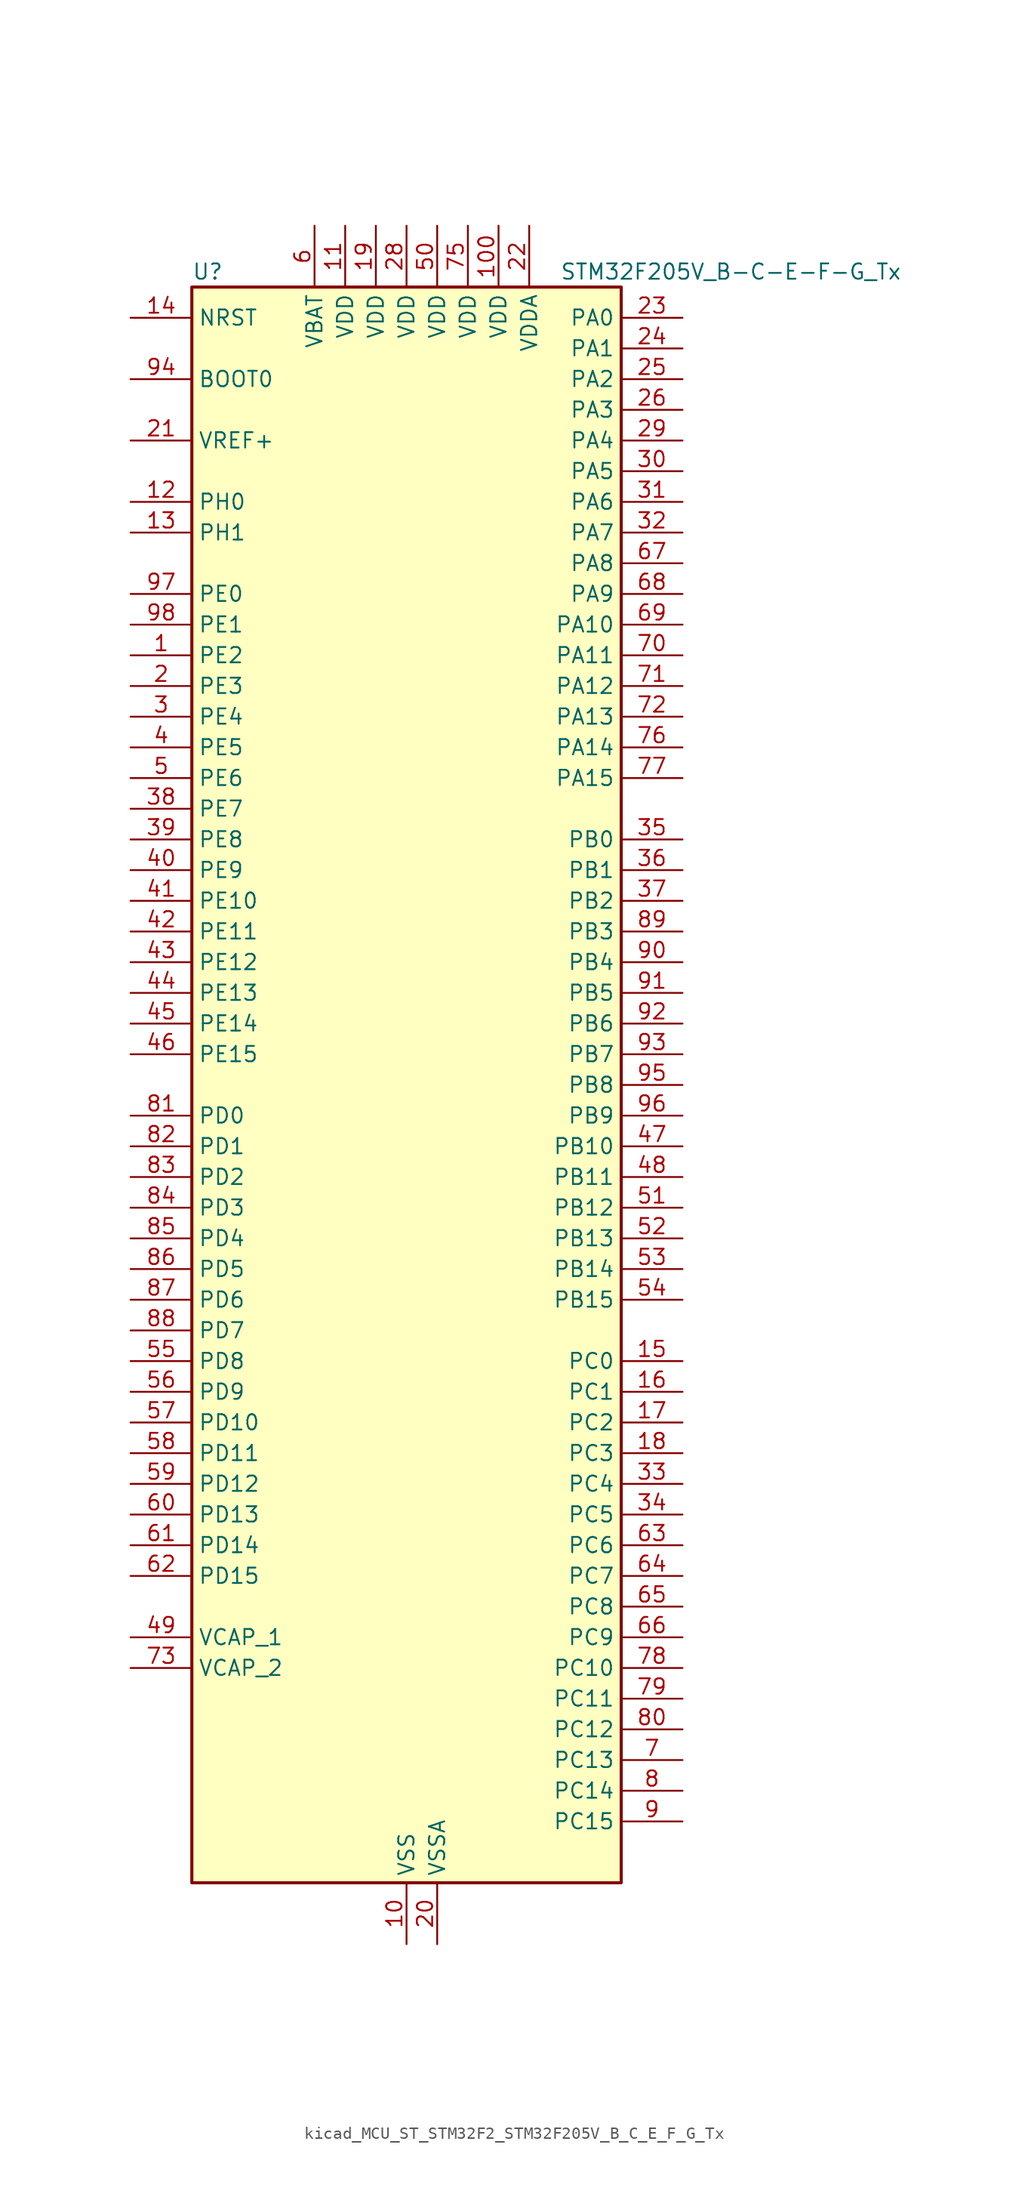
<source format=kicad_sym>
(kicad_symbol_lib
  (version 20220914)
  (generator kicad_symbol_editor)
  (symbol "kicad_MCU_ST_STM32F2_STM32F205V_B_C_E_F_G_Tx"
    (property "Reference" "U"
      (at -17.78 67.31 0)
      (effects (font (size 1.27 1.27)) (justify left)))
    (property "Value" "STM32F205V_B-C-E-F-G_Tx"
      (at 12.7 67.31 0)
      (effects (font (size 1.27 1.27)) (justify left)))
    (property "ki_locked" ""
      (at 0 0 0)
      (effects (font (size 1.27 1.27))))
    (symbol "kicad_MCU_ST_STM32F2_STM32F205V_B_C_E_F_G_Tx_0_1"
      (rectangle (start -17.78 -66.04) (end 17.78 66.04) (stroke (width 0.254) (type default)) (fill (type background))))
    (symbol "kicad_MCU_ST_STM32F2_STM32F205V_B_C_E_F_G_Tx_1_1"
      (pin bidirectional line (at -22.86 35.56 0) (length 5.08) (name "PE2" (effects (font (size 1.27 1.27)))) (number "1" (effects (font (size 1.27 1.27)))) (alternate "FSMC_A23" bidirectional line) (alternate "SYS_TRACECLK" bidirectional line))
      (pin power_in line (at 0 -71.12 90) (length 5.08) (name "VSS" (effects (font (size 1.27 1.27)))) (number "10" (effects (font (size 1.27 1.27)))))
      (pin power_in line (at 7.62 71.12 270) (length 5.08) (name "VDD" (effects (font (size 1.27 1.27)))) (number "100" (effects (font (size 1.27 1.27)))))
      (pin power_in line (at -5.08 71.12 270) (length 5.08) (name "VDD" (effects (font (size 1.27 1.27)))) (number "11" (effects (font (size 1.27 1.27)))))
      (pin bidirectional line (at -22.86 48.26 0) (length 5.08) (name "PH0" (effects (font (size 1.27 1.27)))) (number "12" (effects (font (size 1.27 1.27)))) (alternate "RCC_OSC_IN" bidirectional line))
      (pin bidirectional line (at -22.86 45.72 0) (length 5.08) (name "PH1" (effects (font (size 1.27 1.27)))) (number "13" (effects (font (size 1.27 1.27)))) (alternate "RCC_OSC_OUT" bidirectional line))
      (pin input line (at -22.86 63.5 0) (length 5.08) (name "NRST" (effects (font (size 1.27 1.27)))) (number "14" (effects (font (size 1.27 1.27)))))
      (pin bidirectional line (at 22.86 -22.86 180) (length 5.08) (name "PC0" (effects (font (size 1.27 1.27)))) (number "15" (effects (font (size 1.27 1.27)))) (alternate "ADC1_IN10" bidirectional line) (alternate "ADC2_IN10" bidirectional line) (alternate "ADC3_IN10" bidirectional line) (alternate "USB_OTG_HS_ULPI_STP" bidirectional line))
      (pin bidirectional line (at 22.86 -25.4 180) (length 5.08) (name "PC1" (effects (font (size 1.27 1.27)))) (number "16" (effects (font (size 1.27 1.27)))) (alternate "ADC1_IN11" bidirectional line) (alternate "ADC2_IN11" bidirectional line) (alternate "ADC3_IN11" bidirectional line))
      (pin bidirectional line (at 22.86 -27.94 180) (length 5.08) (name "PC2" (effects (font (size 1.27 1.27)))) (number "17" (effects (font (size 1.27 1.27)))) (alternate "ADC1_IN12" bidirectional line) (alternate "ADC2_IN12" bidirectional line) (alternate "ADC3_IN12" bidirectional line) (alternate "SPI2_MISO" bidirectional line) (alternate "USB_OTG_HS_ULPI_DIR" bidirectional line))
      (pin bidirectional line (at 22.86 -30.48 180) (length 5.08) (name "PC3" (effects (font (size 1.27 1.27)))) (number "18" (effects (font (size 1.27 1.27)))) (alternate "ADC1_IN13" bidirectional line) (alternate "ADC2_IN13" bidirectional line) (alternate "ADC3_IN13" bidirectional line) (alternate "I2S2_SD" bidirectional line) (alternate "SPI2_MOSI" bidirectional line) (alternate "USB_OTG_HS_ULPI_NXT" bidirectional line))
      (pin power_in line (at -2.54 71.12 270) (length 5.08) (name "VDD" (effects (font (size 1.27 1.27)))) (number "19" (effects (font (size 1.27 1.27)))))
      (pin bidirectional line (at -22.86 33.02 0) (length 5.08) (name "PE3" (effects (font (size 1.27 1.27)))) (number "2" (effects (font (size 1.27 1.27)))) (alternate "FSMC_A19" bidirectional line) (alternate "SYS_TRACED0" bidirectional line))
      (pin power_in line (at 2.54 -71.12 90) (length 5.08) (name "VSSA" (effects (font (size 1.27 1.27)))) (number "20" (effects (font (size 1.27 1.27)))))
      (pin input line (at -22.86 53.34 0) (length 5.08) (name "VREF+" (effects (font (size 1.27 1.27)))) (number "21" (effects (font (size 1.27 1.27)))))
      (pin power_in line (at 10.16 71.12 270) (length 5.08) (name "VDDA" (effects (font (size 1.27 1.27)))) (number "22" (effects (font (size 1.27 1.27)))))
      (pin bidirectional line (at 22.86 63.5 180) (length 5.08) (name "PA0" (effects (font (size 1.27 1.27)))) (number "23" (effects (font (size 1.27 1.27)))) (alternate "ADC1_IN0" bidirectional line) (alternate "ADC2_IN0" bidirectional line) (alternate "ADC3_IN0" bidirectional line) (alternate "SYS_WKUP" bidirectional line) (alternate "TIM2_CH1" bidirectional line) (alternate "TIM2_ETR" bidirectional line) (alternate "TIM5_CH1" bidirectional line) (alternate "TIM8_ETR" bidirectional line) (alternate "UART4_TX" bidirectional line) (alternate "USART2_CTS" bidirectional line))
      (pin bidirectional line (at 22.86 60.96 180) (length 5.08) (name "PA1" (effects (font (size 1.27 1.27)))) (number "24" (effects (font (size 1.27 1.27)))) (alternate "ADC1_IN1" bidirectional line) (alternate "ADC2_IN1" bidirectional line) (alternate "ADC3_IN1" bidirectional line) (alternate "TIM2_CH2" bidirectional line) (alternate "TIM5_CH2" bidirectional line) (alternate "UART4_RX" bidirectional line) (alternate "USART2_RTS" bidirectional line))
      (pin bidirectional line (at 22.86 58.42 180) (length 5.08) (name "PA2" (effects (font (size 1.27 1.27)))) (number "25" (effects (font (size 1.27 1.27)))) (alternate "ADC1_IN2" bidirectional line) (alternate "ADC2_IN2" bidirectional line) (alternate "ADC3_IN2" bidirectional line) (alternate "TIM2_CH3" bidirectional line) (alternate "TIM5_CH3" bidirectional line) (alternate "TIM9_CH1" bidirectional line) (alternate "USART2_TX" bidirectional line))
      (pin bidirectional line (at 22.86 55.88 180) (length 5.08) (name "PA3" (effects (font (size 1.27 1.27)))) (number "26" (effects (font (size 1.27 1.27)))) (alternate "ADC1_IN3" bidirectional line) (alternate "ADC2_IN3" bidirectional line) (alternate "ADC3_IN3" bidirectional line) (alternate "TIM2_CH4" bidirectional line) (alternate "TIM5_CH4" bidirectional line) (alternate "TIM9_CH2" bidirectional line) (alternate "USART2_RX" bidirectional line) (alternate "USB_OTG_HS_ULPI_D0" bidirectional line))
      (pin passive line (at 0 -71.12 90) (length 5.08) hide (name "VSS" (effects (font (size 1.27 1.27)))) (number "27" (effects (font (size 1.27 1.27)))))
      (pin power_in line (at 0 71.12 270) (length 5.08) (name "VDD" (effects (font (size 1.27 1.27)))) (number "28" (effects (font (size 1.27 1.27)))))
      (pin bidirectional line (at 22.86 53.34 180) (length 5.08) (name "PA4" (effects (font (size 1.27 1.27)))) (number "29" (effects (font (size 1.27 1.27)))) (alternate "ADC1_IN4" bidirectional line) (alternate "ADC2_IN4" bidirectional line) (alternate "DAC_OUT1" bidirectional line) (alternate "I2S3_WS" bidirectional line) (alternate "SPI1_NSS" bidirectional line) (alternate "SPI3_NSS" bidirectional line) (alternate "USART2_CK" bidirectional line) (alternate "USB_OTG_HS_SOF" bidirectional line))
      (pin bidirectional line (at -22.86 30.48 0) (length 5.08) (name "PE4" (effects (font (size 1.27 1.27)))) (number "3" (effects (font (size 1.27 1.27)))) (alternate "FSMC_A20" bidirectional line) (alternate "SYS_TRACED1" bidirectional line))
      (pin bidirectional line (at 22.86 50.8 180) (length 5.08) (name "PA5" (effects (font (size 1.27 1.27)))) (number "30" (effects (font (size 1.27 1.27)))) (alternate "ADC1_IN5" bidirectional line) (alternate "ADC2_IN5" bidirectional line) (alternate "DAC_OUT2" bidirectional line) (alternate "SPI1_SCK" bidirectional line) (alternate "TIM2_CH1" bidirectional line) (alternate "TIM2_ETR" bidirectional line) (alternate "TIM8_CH1N" bidirectional line) (alternate "USB_OTG_HS_ULPI_CK" bidirectional line))
      (pin bidirectional line (at 22.86 48.26 180) (length 5.08) (name "PA6" (effects (font (size 1.27 1.27)))) (number "31" (effects (font (size 1.27 1.27)))) (alternate "ADC1_IN6" bidirectional line) (alternate "ADC2_IN6" bidirectional line) (alternate "SPI1_MISO" bidirectional line) (alternate "TIM13_CH1" bidirectional line) (alternate "TIM1_BKIN" bidirectional line) (alternate "TIM3_CH1" bidirectional line) (alternate "TIM8_BKIN" bidirectional line))
      (pin bidirectional line (at 22.86 45.72 180) (length 5.08) (name "PA7" (effects (font (size 1.27 1.27)))) (number "32" (effects (font (size 1.27 1.27)))) (alternate "ADC1_IN7" bidirectional line) (alternate "ADC2_IN7" bidirectional line) (alternate "SPI1_MOSI" bidirectional line) (alternate "TIM14_CH1" bidirectional line) (alternate "TIM1_CH1N" bidirectional line) (alternate "TIM3_CH2" bidirectional line) (alternate "TIM8_CH1N" bidirectional line))
      (pin bidirectional line (at 22.86 -33.02 180) (length 5.08) (name "PC4" (effects (font (size 1.27 1.27)))) (number "33" (effects (font (size 1.27 1.27)))) (alternate "ADC1_IN14" bidirectional line) (alternate "ADC2_IN14" bidirectional line))
      (pin bidirectional line (at 22.86 -35.56 180) (length 5.08) (name "PC5" (effects (font (size 1.27 1.27)))) (number "34" (effects (font (size 1.27 1.27)))) (alternate "ADC1_IN15" bidirectional line) (alternate "ADC2_IN15" bidirectional line))
      (pin bidirectional line (at 22.86 20.32 180) (length 5.08) (name "PB0" (effects (font (size 1.27 1.27)))) (number "35" (effects (font (size 1.27 1.27)))) (alternate "ADC1_IN8" bidirectional line) (alternate "ADC2_IN8" bidirectional line) (alternate "TIM1_CH2N" bidirectional line) (alternate "TIM3_CH3" bidirectional line) (alternate "TIM8_CH2N" bidirectional line) (alternate "USB_OTG_HS_ULPI_D1" bidirectional line))
      (pin bidirectional line (at 22.86 17.78 180) (length 5.08) (name "PB1" (effects (font (size 1.27 1.27)))) (number "36" (effects (font (size 1.27 1.27)))) (alternate "ADC1_IN9" bidirectional line) (alternate "ADC2_IN9" bidirectional line) (alternate "TIM1_CH3N" bidirectional line) (alternate "TIM3_CH4" bidirectional line) (alternate "TIM8_CH3N" bidirectional line) (alternate "USB_OTG_HS_ULPI_D2" bidirectional line))
      (pin bidirectional line (at 22.86 15.24 180) (length 5.08) (name "PB2" (effects (font (size 1.27 1.27)))) (number "37" (effects (font (size 1.27 1.27)))))
      (pin bidirectional line (at -22.86 22.86 0) (length 5.08) (name "PE7" (effects (font (size 1.27 1.27)))) (number "38" (effects (font (size 1.27 1.27)))) (alternate "FSMC_D4" bidirectional line) (alternate "FSMC_DA4" bidirectional line) (alternate "TIM1_ETR" bidirectional line))
      (pin bidirectional line (at -22.86 20.32 0) (length 5.08) (name "PE8" (effects (font (size 1.27 1.27)))) (number "39" (effects (font (size 1.27 1.27)))) (alternate "FSMC_D5" bidirectional line) (alternate "FSMC_DA5" bidirectional line) (alternate "TIM1_CH1N" bidirectional line))
      (pin bidirectional line (at -22.86 27.94 0) (length 5.08) (name "PE5" (effects (font (size 1.27 1.27)))) (number "4" (effects (font (size 1.27 1.27)))) (alternate "FSMC_A21" bidirectional line) (alternate "SYS_TRACED2" bidirectional line) (alternate "TIM9_CH1" bidirectional line))
      (pin bidirectional line (at -22.86 17.78 0) (length 5.08) (name "PE9" (effects (font (size 1.27 1.27)))) (number "40" (effects (font (size 1.27 1.27)))) (alternate "DAC_EXTI9" bidirectional line) (alternate "FSMC_D6" bidirectional line) (alternate "FSMC_DA6" bidirectional line) (alternate "TIM1_CH1" bidirectional line))
      (pin bidirectional line (at -22.86 15.24 0) (length 5.08) (name "PE10" (effects (font (size 1.27 1.27)))) (number "41" (effects (font (size 1.27 1.27)))) (alternate "FSMC_D7" bidirectional line) (alternate "FSMC_DA7" bidirectional line) (alternate "TIM1_CH2N" bidirectional line))
      (pin bidirectional line (at -22.86 12.7 0) (length 5.08) (name "PE11" (effects (font (size 1.27 1.27)))) (number "42" (effects (font (size 1.27 1.27)))) (alternate "ADC1_EXTI11" bidirectional line) (alternate "ADC2_EXTI11" bidirectional line) (alternate "ADC3_EXTI11" bidirectional line) (alternate "FSMC_D8" bidirectional line) (alternate "FSMC_DA8" bidirectional line) (alternate "TIM1_CH2" bidirectional line))
      (pin bidirectional line (at -22.86 10.16 0) (length 5.08) (name "PE12" (effects (font (size 1.27 1.27)))) (number "43" (effects (font (size 1.27 1.27)))) (alternate "FSMC_D9" bidirectional line) (alternate "FSMC_DA9" bidirectional line) (alternate "TIM1_CH3N" bidirectional line))
      (pin bidirectional line (at -22.86 7.62 0) (length 5.08) (name "PE13" (effects (font (size 1.27 1.27)))) (number "44" (effects (font (size 1.27 1.27)))) (alternate "FSMC_D10" bidirectional line) (alternate "FSMC_DA10" bidirectional line) (alternate "TIM1_CH3" bidirectional line))
      (pin bidirectional line (at -22.86 5.08 0) (length 5.08) (name "PE14" (effects (font (size 1.27 1.27)))) (number "45" (effects (font (size 1.27 1.27)))) (alternate "FSMC_D11" bidirectional line) (alternate "FSMC_DA11" bidirectional line) (alternate "TIM1_CH4" bidirectional line))
      (pin bidirectional line (at -22.86 2.54 0) (length 5.08) (name "PE15" (effects (font (size 1.27 1.27)))) (number "46" (effects (font (size 1.27 1.27)))) (alternate "ADC1_EXTI15" bidirectional line) (alternate "ADC2_EXTI15" bidirectional line) (alternate "ADC3_EXTI15" bidirectional line) (alternate "FSMC_D12" bidirectional line) (alternate "FSMC_DA12" bidirectional line) (alternate "TIM1_BKIN" bidirectional line))
      (pin bidirectional line (at 22.86 -5.08 180) (length 5.08) (name "PB10" (effects (font (size 1.27 1.27)))) (number "47" (effects (font (size 1.27 1.27)))) (alternate "I2C2_SCL" bidirectional line) (alternate "I2S2_SCK" bidirectional line) (alternate "SPI2_SCK" bidirectional line) (alternate "TIM2_CH3" bidirectional line) (alternate "USART3_TX" bidirectional line) (alternate "USB_OTG_HS_ULPI_D3" bidirectional line))
      (pin bidirectional line (at 22.86 -7.62 180) (length 5.08) (name "PB11" (effects (font (size 1.27 1.27)))) (number "48" (effects (font (size 1.27 1.27)))) (alternate "ADC1_EXTI11" bidirectional line) (alternate "ADC2_EXTI11" bidirectional line) (alternate "ADC3_EXTI11" bidirectional line) (alternate "I2C2_SDA" bidirectional line) (alternate "TIM2_CH4" bidirectional line) (alternate "USART3_RX" bidirectional line) (alternate "USB_OTG_HS_ULPI_D4" bidirectional line))
      (pin power_out line (at -22.86 -45.72 0) (length 5.08) (name "VCAP_1" (effects (font (size 1.27 1.27)))) (number "49" (effects (font (size 1.27 1.27)))))
      (pin bidirectional line (at -22.86 25.4 0) (length 5.08) (name "PE6" (effects (font (size 1.27 1.27)))) (number "5" (effects (font (size 1.27 1.27)))) (alternate "FSMC_A22" bidirectional line) (alternate "SYS_TRACED3" bidirectional line) (alternate "TIM9_CH2" bidirectional line))
      (pin power_in line (at 2.54 71.12 270) (length 5.08) (name "VDD" (effects (font (size 1.27 1.27)))) (number "50" (effects (font (size 1.27 1.27)))))
      (pin bidirectional line (at 22.86 -10.16 180) (length 5.08) (name "PB12" (effects (font (size 1.27 1.27)))) (number "51" (effects (font (size 1.27 1.27)))) (alternate "CAN2_RX" bidirectional line) (alternate "I2C2_SMBA" bidirectional line) (alternate "I2S2_WS" bidirectional line) (alternate "SPI2_NSS" bidirectional line) (alternate "TIM1_BKIN" bidirectional line) (alternate "USART3_CK" bidirectional line) (alternate "USB_OTG_HS_ID" bidirectional line) (alternate "USB_OTG_HS_ULPI_D5" bidirectional line))
      (pin bidirectional line (at 22.86 -12.7 180) (length 5.08) (name "PB13" (effects (font (size 1.27 1.27)))) (number "52" (effects (font (size 1.27 1.27)))) (alternate "CAN2_TX" bidirectional line) (alternate "I2S2_SCK" bidirectional line) (alternate "SPI2_SCK" bidirectional line) (alternate "TIM1_CH1N" bidirectional line) (alternate "USART3_CTS" bidirectional line) (alternate "USB_OTG_HS_ULPI_D6" bidirectional line) (alternate "USB_OTG_HS_VBUS" bidirectional line))
      (pin bidirectional line (at 22.86 -15.24 180) (length 5.08) (name "PB14" (effects (font (size 1.27 1.27)))) (number "53" (effects (font (size 1.27 1.27)))) (alternate "SPI2_MISO" bidirectional line) (alternate "TIM12_CH1" bidirectional line) (alternate "TIM1_CH2N" bidirectional line) (alternate "TIM8_CH2N" bidirectional line) (alternate "USART3_RTS" bidirectional line) (alternate "USB_OTG_HS_DM" bidirectional line))
      (pin bidirectional line (at 22.86 -17.78 180) (length 5.08) (name "PB15" (effects (font (size 1.27 1.27)))) (number "54" (effects (font (size 1.27 1.27)))) (alternate "ADC1_EXTI15" bidirectional line) (alternate "ADC2_EXTI15" bidirectional line) (alternate "ADC3_EXTI15" bidirectional line) (alternate "I2S2_SD" bidirectional line) (alternate "RTC_REFIN" bidirectional line) (alternate "SPI2_MOSI" bidirectional line) (alternate "TIM12_CH2" bidirectional line) (alternate "TIM1_CH3N" bidirectional line) (alternate "TIM8_CH3N" bidirectional line) (alternate "USB_OTG_HS_DP" bidirectional line))
      (pin bidirectional line (at -22.86 -22.86 0) (length 5.08) (name "PD8" (effects (font (size 1.27 1.27)))) (number "55" (effects (font (size 1.27 1.27)))) (alternate "FSMC_D13" bidirectional line) (alternate "FSMC_DA13" bidirectional line) (alternate "USART3_TX" bidirectional line))
      (pin bidirectional line (at -22.86 -25.4 0) (length 5.08) (name "PD9" (effects (font (size 1.27 1.27)))) (number "56" (effects (font (size 1.27 1.27)))) (alternate "DAC_EXTI9" bidirectional line) (alternate "FSMC_D14" bidirectional line) (alternate "FSMC_DA14" bidirectional line) (alternate "USART3_RX" bidirectional line))
      (pin bidirectional line (at -22.86 -27.94 0) (length 5.08) (name "PD10" (effects (font (size 1.27 1.27)))) (number "57" (effects (font (size 1.27 1.27)))) (alternate "FSMC_D15" bidirectional line) (alternate "FSMC_DA15" bidirectional line) (alternate "USART3_CK" bidirectional line))
      (pin bidirectional line (at -22.86 -30.48 0) (length 5.08) (name "PD11" (effects (font (size 1.27 1.27)))) (number "58" (effects (font (size 1.27 1.27)))) (alternate "ADC1_EXTI11" bidirectional line) (alternate "ADC2_EXTI11" bidirectional line) (alternate "ADC3_EXTI11" bidirectional line) (alternate "FSMC_A16" bidirectional line) (alternate "FSMC_CLE" bidirectional line) (alternate "USART3_CTS" bidirectional line))
      (pin bidirectional line (at -22.86 -33.02 0) (length 5.08) (name "PD12" (effects (font (size 1.27 1.27)))) (number "59" (effects (font (size 1.27 1.27)))) (alternate "FSMC_A17" bidirectional line) (alternate "FSMC_ALE" bidirectional line) (alternate "TIM4_CH1" bidirectional line) (alternate "USART3_RTS" bidirectional line))
      (pin power_in line (at -7.62 71.12 270) (length 5.08) (name "VBAT" (effects (font (size 1.27 1.27)))) (number "6" (effects (font (size 1.27 1.27)))))
      (pin bidirectional line (at -22.86 -35.56 0) (length 5.08) (name "PD13" (effects (font (size 1.27 1.27)))) (number "60" (effects (font (size 1.27 1.27)))) (alternate "FSMC_A18" bidirectional line) (alternate "TIM4_CH2" bidirectional line))
      (pin bidirectional line (at -22.86 -38.1 0) (length 5.08) (name "PD14" (effects (font (size 1.27 1.27)))) (number "61" (effects (font (size 1.27 1.27)))) (alternate "FSMC_D0" bidirectional line) (alternate "FSMC_DA0" bidirectional line) (alternate "TIM4_CH3" bidirectional line))
      (pin bidirectional line (at -22.86 -40.64 0) (length 5.08) (name "PD15" (effects (font (size 1.27 1.27)))) (number "62" (effects (font (size 1.27 1.27)))) (alternate "ADC1_EXTI15" bidirectional line) (alternate "ADC2_EXTI15" bidirectional line) (alternate "ADC3_EXTI15" bidirectional line) (alternate "FSMC_D1" bidirectional line) (alternate "FSMC_DA1" bidirectional line) (alternate "TIM4_CH4" bidirectional line))
      (pin bidirectional line (at 22.86 -38.1 180) (length 5.08) (name "PC6" (effects (font (size 1.27 1.27)))) (number "63" (effects (font (size 1.27 1.27)))) (alternate "I2S2_MCK" bidirectional line) (alternate "SDIO_D6" bidirectional line) (alternate "TIM3_CH1" bidirectional line) (alternate "TIM8_CH1" bidirectional line) (alternate "USART6_TX" bidirectional line))
      (pin bidirectional line (at 22.86 -40.64 180) (length 5.08) (name "PC7" (effects (font (size 1.27 1.27)))) (number "64" (effects (font (size 1.27 1.27)))) (alternate "I2S3_MCK" bidirectional line) (alternate "SDIO_D7" bidirectional line) (alternate "TIM3_CH2" bidirectional line) (alternate "TIM8_CH2" bidirectional line) (alternate "USART6_RX" bidirectional line))
      (pin bidirectional line (at 22.86 -43.18 180) (length 5.08) (name "PC8" (effects (font (size 1.27 1.27)))) (number "65" (effects (font (size 1.27 1.27)))) (alternate "SDIO_D0" bidirectional line) (alternate "TIM3_CH3" bidirectional line) (alternate "TIM8_CH3" bidirectional line) (alternate "USART6_CK" bidirectional line))
      (pin bidirectional line (at 22.86 -45.72 180) (length 5.08) (name "PC9" (effects (font (size 1.27 1.27)))) (number "66" (effects (font (size 1.27 1.27)))) (alternate "DAC_EXTI9" bidirectional line) (alternate "I2C3_SDA" bidirectional line) (alternate "I2S_CKIN" bidirectional line) (alternate "RCC_MCO_2" bidirectional line) (alternate "SDIO_D1" bidirectional line) (alternate "TIM3_CH4" bidirectional line) (alternate "TIM8_CH4" bidirectional line))
      (pin bidirectional line (at 22.86 43.18 180) (length 5.08) (name "PA8" (effects (font (size 1.27 1.27)))) (number "67" (effects (font (size 1.27 1.27)))) (alternate "I2C3_SCL" bidirectional line) (alternate "RCC_MCO_1" bidirectional line) (alternate "TIM1_CH1" bidirectional line) (alternate "USART1_CK" bidirectional line) (alternate "USB_OTG_FS_SOF" bidirectional line))
      (pin bidirectional line (at 22.86 40.64 180) (length 5.08) (name "PA9" (effects (font (size 1.27 1.27)))) (number "68" (effects (font (size 1.27 1.27)))) (alternate "DAC_EXTI9" bidirectional line) (alternate "I2C3_SMBA" bidirectional line) (alternate "TIM1_CH2" bidirectional line) (alternate "USART1_TX" bidirectional line) (alternate "USB_OTG_FS_VBUS" bidirectional line))
      (pin bidirectional line (at 22.86 38.1 180) (length 5.08) (name "PA10" (effects (font (size 1.27 1.27)))) (number "69" (effects (font (size 1.27 1.27)))) (alternate "TIM1_CH3" bidirectional line) (alternate "USART1_RX" bidirectional line) (alternate "USB_OTG_FS_ID" bidirectional line))
      (pin bidirectional line (at 22.86 -55.88 180) (length 5.08) (name "PC13" (effects (font (size 1.27 1.27)))) (number "7" (effects (font (size 1.27 1.27)))) (alternate "RTC_AF1" bidirectional line))
      (pin bidirectional line (at 22.86 35.56 180) (length 5.08) (name "PA11" (effects (font (size 1.27 1.27)))) (number "70" (effects (font (size 1.27 1.27)))) (alternate "ADC1_EXTI11" bidirectional line) (alternate "ADC2_EXTI11" bidirectional line) (alternate "ADC3_EXTI11" bidirectional line) (alternate "CAN1_RX" bidirectional line) (alternate "TIM1_CH4" bidirectional line) (alternate "USART1_CTS" bidirectional line) (alternate "USB_OTG_FS_DM" bidirectional line))
      (pin bidirectional line (at 22.86 33.02 180) (length 5.08) (name "PA12" (effects (font (size 1.27 1.27)))) (number "71" (effects (font (size 1.27 1.27)))) (alternate "CAN1_TX" bidirectional line) (alternate "TIM1_ETR" bidirectional line) (alternate "USART1_RTS" bidirectional line) (alternate "USB_OTG_FS_DP" bidirectional line))
      (pin bidirectional line (at 22.86 30.48 180) (length 5.08) (name "PA13" (effects (font (size 1.27 1.27)))) (number "72" (effects (font (size 1.27 1.27)))) (alternate "SYS_JTMS-SWDIO" bidirectional line))
      (pin power_out line (at -22.86 -48.26 0) (length 5.08) (name "VCAP_2" (effects (font (size 1.27 1.27)))) (number "73" (effects (font (size 1.27 1.27)))))
      (pin passive line (at 0 -71.12 90) (length 5.08) hide (name "VSS" (effects (font (size 1.27 1.27)))) (number "74" (effects (font (size 1.27 1.27)))))
      (pin power_in line (at 5.08 71.12 270) (length 5.08) (name "VDD" (effects (font (size 1.27 1.27)))) (number "75" (effects (font (size 1.27 1.27)))))
      (pin bidirectional line (at 22.86 27.94 180) (length 5.08) (name "PA14" (effects (font (size 1.27 1.27)))) (number "76" (effects (font (size 1.27 1.27)))) (alternate "SYS_JTCK-SWCLK" bidirectional line))
      (pin bidirectional line (at 22.86 25.4 180) (length 5.08) (name "PA15" (effects (font (size 1.27 1.27)))) (number "77" (effects (font (size 1.27 1.27)))) (alternate "ADC1_EXTI15" bidirectional line) (alternate "ADC2_EXTI15" bidirectional line) (alternate "ADC3_EXTI15" bidirectional line) (alternate "I2S3_WS" bidirectional line) (alternate "SPI1_NSS" bidirectional line) (alternate "SPI3_NSS" bidirectional line) (alternate "SYS_JTDI" bidirectional line) (alternate "TIM2_CH1" bidirectional line) (alternate "TIM2_ETR" bidirectional line))
      (pin bidirectional line (at 22.86 -48.26 180) (length 5.08) (name "PC10" (effects (font (size 1.27 1.27)))) (number "78" (effects (font (size 1.27 1.27)))) (alternate "I2S3_SCK" bidirectional line) (alternate "SDIO_D2" bidirectional line) (alternate "SPI3_SCK" bidirectional line) (alternate "UART4_TX" bidirectional line) (alternate "USART3_TX" bidirectional line))
      (pin bidirectional line (at 22.86 -50.8 180) (length 5.08) (name "PC11" (effects (font (size 1.27 1.27)))) (number "79" (effects (font (size 1.27 1.27)))) (alternate "ADC1_EXTI11" bidirectional line) (alternate "ADC2_EXTI11" bidirectional line) (alternate "ADC3_EXTI11" bidirectional line) (alternate "SDIO_D3" bidirectional line) (alternate "SPI3_MISO" bidirectional line) (alternate "UART4_RX" bidirectional line) (alternate "USART3_RX" bidirectional line))
      (pin bidirectional line (at 22.86 -58.42 180) (length 5.08) (name "PC14" (effects (font (size 1.27 1.27)))) (number "8" (effects (font (size 1.27 1.27)))) (alternate "RCC_OSC32_IN" bidirectional line))
      (pin bidirectional line (at 22.86 -53.34 180) (length 5.08) (name "PC12" (effects (font (size 1.27 1.27)))) (number "80" (effects (font (size 1.27 1.27)))) (alternate "I2S3_SD" bidirectional line) (alternate "SDIO_CK" bidirectional line) (alternate "SPI3_MOSI" bidirectional line) (alternate "UART5_TX" bidirectional line) (alternate "USART3_CK" bidirectional line))
      (pin bidirectional line (at -22.86 -2.54 0) (length 5.08) (name "PD0" (effects (font (size 1.27 1.27)))) (number "81" (effects (font (size 1.27 1.27)))) (alternate "CAN1_RX" bidirectional line) (alternate "FSMC_D2" bidirectional line) (alternate "FSMC_DA2" bidirectional line))
      (pin bidirectional line (at -22.86 -5.08 0) (length 5.08) (name "PD1" (effects (font (size 1.27 1.27)))) (number "82" (effects (font (size 1.27 1.27)))) (alternate "CAN1_TX" bidirectional line) (alternate "FSMC_D3" bidirectional line) (alternate "FSMC_DA3" bidirectional line))
      (pin bidirectional line (at -22.86 -7.62 0) (length 5.08) (name "PD2" (effects (font (size 1.27 1.27)))) (number "83" (effects (font (size 1.27 1.27)))) (alternate "SDIO_CMD" bidirectional line) (alternate "TIM3_ETR" bidirectional line) (alternate "UART5_RX" bidirectional line))
      (pin bidirectional line (at -22.86 -10.16 0) (length 5.08) (name "PD3" (effects (font (size 1.27 1.27)))) (number "84" (effects (font (size 1.27 1.27)))) (alternate "FSMC_CLK" bidirectional line) (alternate "USART2_CTS" bidirectional line))
      (pin bidirectional line (at -22.86 -12.7 0) (length 5.08) (name "PD4" (effects (font (size 1.27 1.27)))) (number "85" (effects (font (size 1.27 1.27)))) (alternate "FSMC_NOE" bidirectional line) (alternate "USART2_RTS" bidirectional line))
      (pin bidirectional line (at -22.86 -15.24 0) (length 5.08) (name "PD5" (effects (font (size 1.27 1.27)))) (number "86" (effects (font (size 1.27 1.27)))) (alternate "FSMC_NWE" bidirectional line) (alternate "USART2_TX" bidirectional line))
      (pin bidirectional line (at -22.86 -17.78 0) (length 5.08) (name "PD6" (effects (font (size 1.27 1.27)))) (number "87" (effects (font (size 1.27 1.27)))) (alternate "FSMC_NWAIT" bidirectional line) (alternate "USART2_RX" bidirectional line))
      (pin bidirectional line (at -22.86 -20.32 0) (length 5.08) (name "PD7" (effects (font (size 1.27 1.27)))) (number "88" (effects (font (size 1.27 1.27)))) (alternate "FSMC_NCE2" bidirectional line) (alternate "FSMC_NE1" bidirectional line) (alternate "USART2_CK" bidirectional line))
      (pin bidirectional line (at 22.86 12.7 180) (length 5.08) (name "PB3" (effects (font (size 1.27 1.27)))) (number "89" (effects (font (size 1.27 1.27)))) (alternate "I2S3_SCK" bidirectional line) (alternate "SPI1_SCK" bidirectional line) (alternate "SPI3_SCK" bidirectional line) (alternate "SYS_JTDO-SWO" bidirectional line) (alternate "TIM2_CH2" bidirectional line))
      (pin bidirectional line (at 22.86 -60.96 180) (length 5.08) (name "PC15" (effects (font (size 1.27 1.27)))) (number "9" (effects (font (size 1.27 1.27)))) (alternate "ADC1_EXTI15" bidirectional line) (alternate "ADC2_EXTI15" bidirectional line) (alternate "ADC3_EXTI15" bidirectional line) (alternate "RCC_OSC32_OUT" bidirectional line))
      (pin bidirectional line (at 22.86 10.16 180) (length 5.08) (name "PB4" (effects (font (size 1.27 1.27)))) (number "90" (effects (font (size 1.27 1.27)))) (alternate "SPI1_MISO" bidirectional line) (alternate "SPI3_MISO" bidirectional line) (alternate "SYS_JTRST" bidirectional line) (alternate "TIM3_CH1" bidirectional line))
      (pin bidirectional line (at 22.86 7.62 180) (length 5.08) (name "PB5" (effects (font (size 1.27 1.27)))) (number "91" (effects (font (size 1.27 1.27)))) (alternate "CAN2_RX" bidirectional line) (alternate "I2C1_SMBA" bidirectional line) (alternate "I2S3_SD" bidirectional line) (alternate "SPI1_MOSI" bidirectional line) (alternate "SPI3_MOSI" bidirectional line) (alternate "TIM3_CH2" bidirectional line) (alternate "USB_OTG_HS_ULPI_D7" bidirectional line))
      (pin bidirectional line (at 22.86 5.08 180) (length 5.08) (name "PB6" (effects (font (size 1.27 1.27)))) (number "92" (effects (font (size 1.27 1.27)))) (alternate "CAN2_TX" bidirectional line) (alternate "I2C1_SCL" bidirectional line) (alternate "TIM4_CH1" bidirectional line) (alternate "USART1_TX" bidirectional line))
      (pin bidirectional line (at 22.86 2.54 180) (length 5.08) (name "PB7" (effects (font (size 1.27 1.27)))) (number "93" (effects (font (size 1.27 1.27)))) (alternate "FSMC_NL" bidirectional line) (alternate "I2C1_SDA" bidirectional line) (alternate "TIM4_CH2" bidirectional line) (alternate "USART1_RX" bidirectional line))
      (pin input line (at -22.86 58.42 0) (length 5.08) (name "BOOT0" (effects (font (size 1.27 1.27)))) (number "94" (effects (font (size 1.27 1.27)))))
      (pin bidirectional line (at 22.86 0 180) (length 5.08) (name "PB8" (effects (font (size 1.27 1.27)))) (number "95" (effects (font (size 1.27 1.27)))) (alternate "CAN1_RX" bidirectional line) (alternate "I2C1_SCL" bidirectional line) (alternate "SDIO_D4" bidirectional line) (alternate "TIM10_CH1" bidirectional line) (alternate "TIM4_CH3" bidirectional line))
      (pin bidirectional line (at 22.86 -2.54 180) (length 5.08) (name "PB9" (effects (font (size 1.27 1.27)))) (number "96" (effects (font (size 1.27 1.27)))) (alternate "CAN1_TX" bidirectional line) (alternate "DAC_EXTI9" bidirectional line) (alternate "I2C1_SDA" bidirectional line) (alternate "I2S2_WS" bidirectional line) (alternate "SDIO_D5" bidirectional line) (alternate "SPI2_NSS" bidirectional line) (alternate "TIM11_CH1" bidirectional line) (alternate "TIM4_CH4" bidirectional line))
      (pin bidirectional line (at -22.86 40.64 0) (length 5.08) (name "PE0" (effects (font (size 1.27 1.27)))) (number "97" (effects (font (size 1.27 1.27)))) (alternate "FSMC_NBL0" bidirectional line) (alternate "TIM4_ETR" bidirectional line))
      (pin bidirectional line (at -22.86 38.1 0) (length 5.08) (name "PE1" (effects (font (size 1.27 1.27)))) (number "98" (effects (font (size 1.27 1.27)))) (alternate "FSMC_NBL1" bidirectional line))
      (pin no_connect line (at -17.78 -66.04 0) (length 5.08) hide (name "RFU" (effects (font (size 1.27 1.27)))) (number "99" (effects (font (size 1.27 1.27))))))))
</source>
